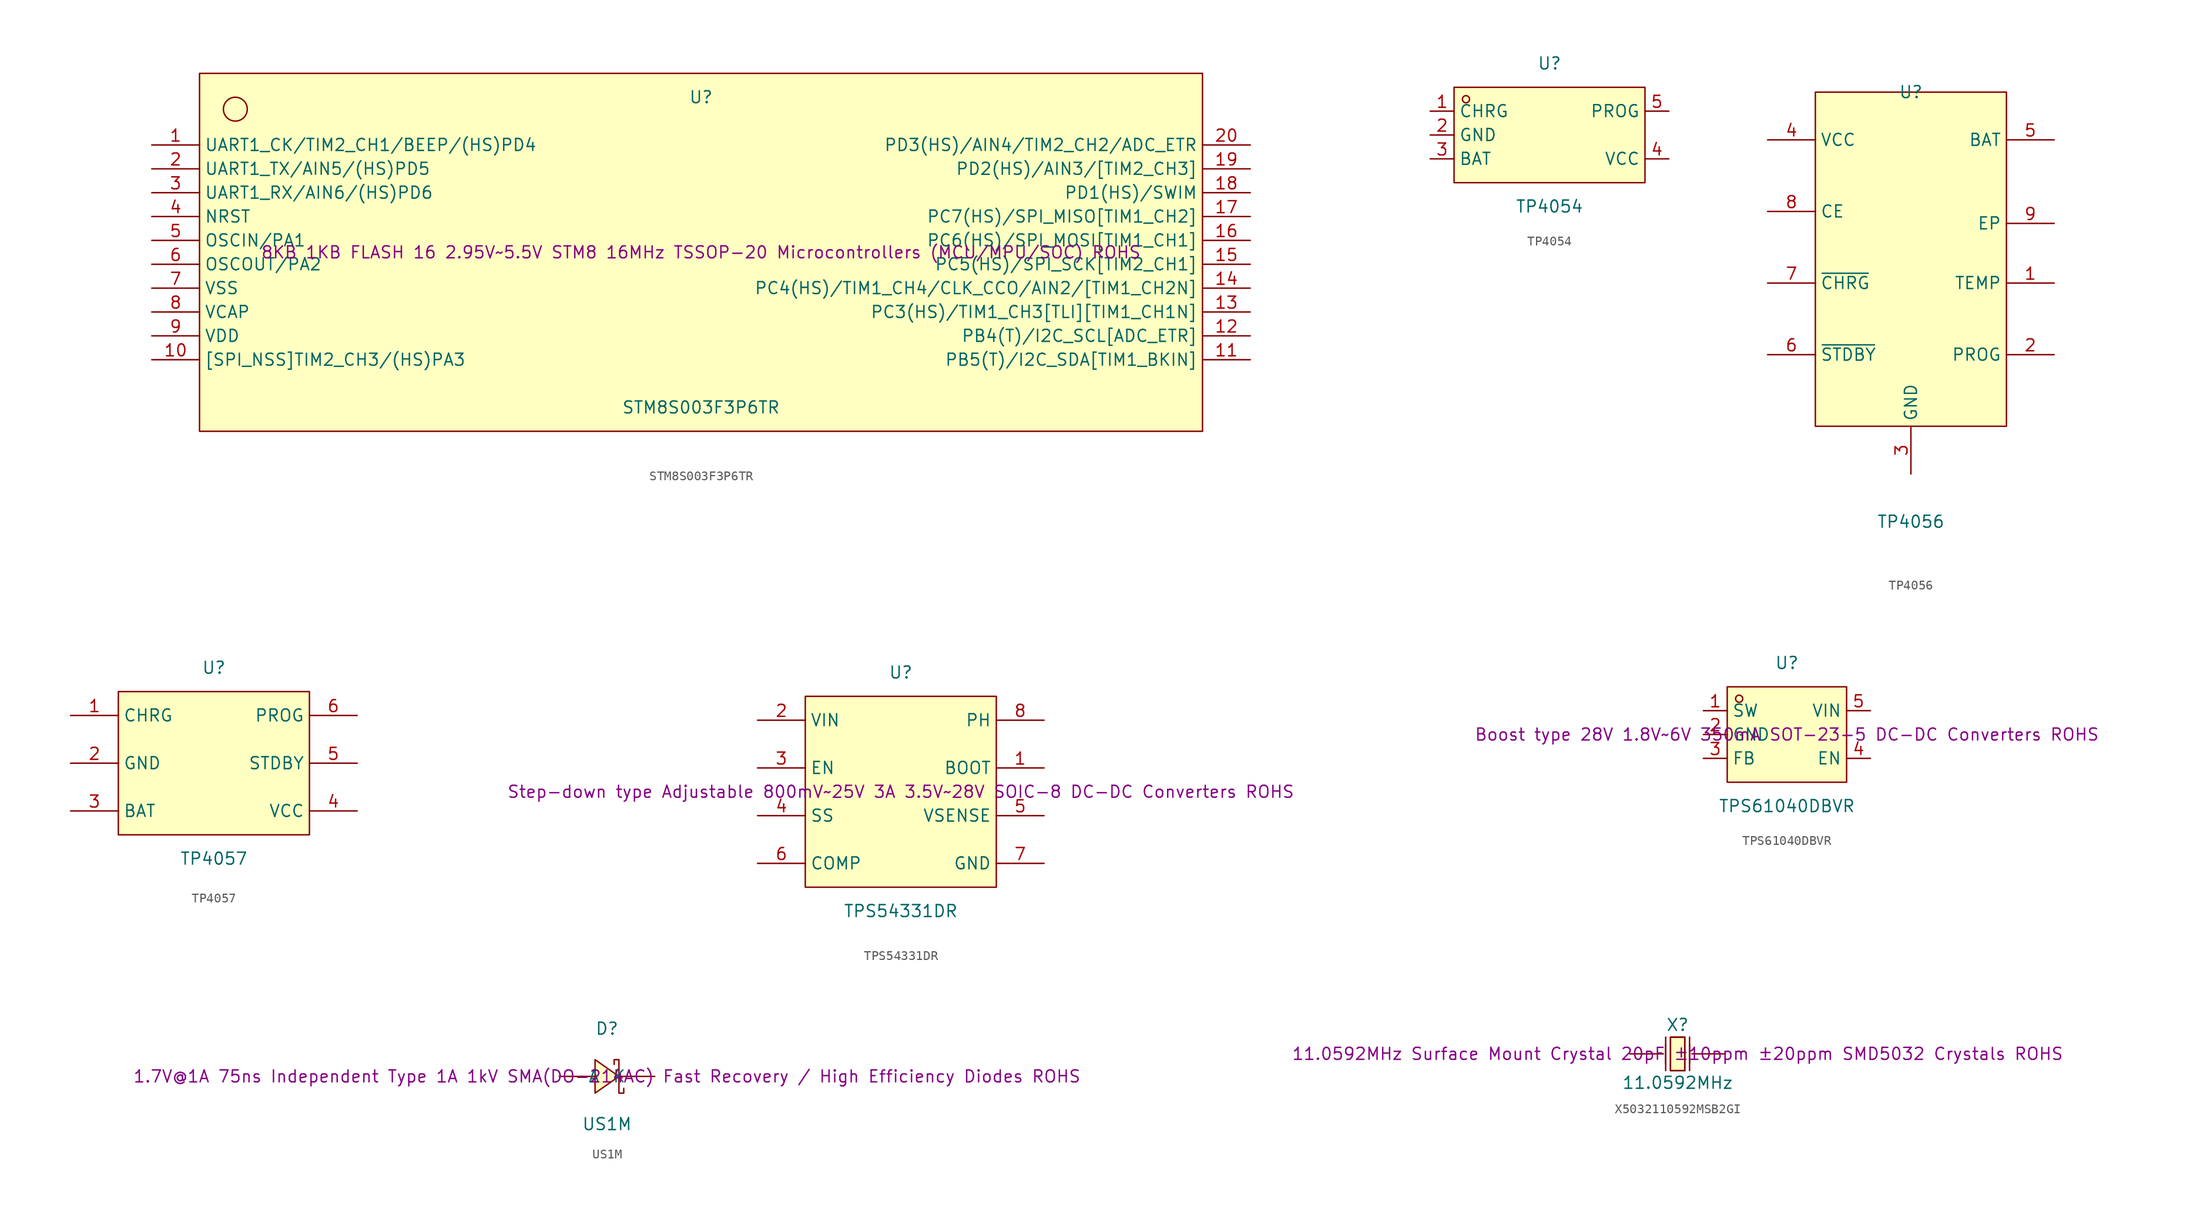
<source format=kicad_sym>
(kicad_symbol_lib
  (version 20241209)
  (generator "kicad_symbol_editor")
  (generator_version "9.0")
  (symbol "STM8S003F3P6TR"
    (property "Reference" "U"
      (at 0 16.51 0)
      (effects (font (size 1.27 1.27))))
    (property "Value" "STM8S003F3P6TR"
      (at 0 -16.51 0)
      (effects (font (size 1.27 1.27))))
    (property "Description" "8KB 1KB FLASH 16 2.95V~5.5V STM8 16MHz TSSOP-20 Microcontrollers (MCU/MPU/SOC) ROHS"
      (at 0 0 0)
      (effects (font (size 1.27 1.27))))
    (symbol "STM8S003F3P6TR_0_1"
      (rectangle (start -53.34 19.05) (end 53.34 -19.05) (stroke (width 0) (type default)) (fill (type background)))
      (circle (center -49.53 15.24) (radius 1.27) (stroke (width 0) (type default)) (fill (type none)))
      (pin unspecified line (at -58.42 11.43 0) (length 5.08) (name "UART1_CK/TIM2_CH1/BEEP/(HS)PD4" (effects (font (size 1.27 1.27)))) (number "1" (effects (font (size 1.27 1.27)))))
      (pin unspecified line (at -58.42 8.89 0) (length 5.08) (name "UART1_TX/AIN5/(HS)PD5" (effects (font (size 1.27 1.27)))) (number "2" (effects (font (size 1.27 1.27)))))
      (pin unspecified line (at -58.42 6.35 0) (length 5.08) (name "UART1_RX/AIN6/(HS)PD6" (effects (font (size 1.27 1.27)))) (number "3" (effects (font (size 1.27 1.27)))))
      (pin unspecified line (at -58.42 3.81 0) (length 5.08) (name "NRST" (effects (font (size 1.27 1.27)))) (number "4" (effects (font (size 1.27 1.27)))))
      (pin unspecified line (at -58.42 1.27 0) (length 5.08) (name "OSCIN/PA1" (effects (font (size 1.27 1.27)))) (number "5" (effects (font (size 1.27 1.27)))))
      (pin unspecified line (at -58.42 -1.27 0) (length 5.08) (name "OSCOUT/PA2" (effects (font (size 1.27 1.27)))) (number "6" (effects (font (size 1.27 1.27)))))
      (pin unspecified line (at -58.42 -3.81 0) (length 5.08) (name "VSS" (effects (font (size 1.27 1.27)))) (number "7" (effects (font (size 1.27 1.27)))))
      (pin unspecified line (at -58.42 -6.35 0) (length 5.08) (name "VCAP" (effects (font (size 1.27 1.27)))) (number "8" (effects (font (size 1.27 1.27)))))
      (pin unspecified line (at -58.42 -8.89 0) (length 5.08) (name "VDD" (effects (font (size 1.27 1.27)))) (number "9" (effects (font (size 1.27 1.27)))))
      (pin unspecified line (at -58.42 -11.43 0) (length 5.08) (name "[SPI_NSS]TIM2_CH3/(HS)PA3" (effects (font (size 1.27 1.27)))) (number "10" (effects (font (size 1.27 1.27)))))
      (pin unspecified line (at 58.42 11.43 180) (length 5.08) (name "PD3(HS)/AIN4/TIM2_CH2/ADC_ETR" (effects (font (size 1.27 1.27)))) (number "20" (effects (font (size 1.27 1.27)))))
      (pin unspecified line (at 58.42 8.89 180) (length 5.08) (name "PD2(HS)/AIN3/[TIM2_CH3]" (effects (font (size 1.27 1.27)))) (number "19" (effects (font (size 1.27 1.27)))))
      (pin unspecified line (at 58.42 6.35 180) (length 5.08) (name "PD1(HS)/SWIM" (effects (font (size 1.27 1.27)))) (number "18" (effects (font (size 1.27 1.27)))))
      (pin unspecified line (at 58.42 3.81 180) (length 5.08) (name "PC7(HS)/SPI_MISO[TIM1_CH2]" (effects (font (size 1.27 1.27)))) (number "17" (effects (font (size 1.27 1.27)))))
      (pin unspecified line (at 58.42 1.27 180) (length 5.08) (name "PC6(HS)/SPI_MOSI[TIM1_CH1]" (effects (font (size 1.27 1.27)))) (number "16" (effects (font (size 1.27 1.27)))))
      (pin unspecified line (at 58.42 -1.27 180) (length 5.08) (name "PC5(HS)/SPI_SCK[TIM2_CH1]" (effects (font (size 1.27 1.27)))) (number "15" (effects (font (size 1.27 1.27)))))
      (pin unspecified line (at 58.42 -3.81 180) (length 5.08) (name "PC4(HS)/TIM1_CH4/CLK_CCO/AIN2/[TIM1_CH2N]" (effects (font (size 1.27 1.27)))) (number "14" (effects (font (size 1.27 1.27)))))
      (pin unspecified line (at 58.42 -6.35 180) (length 5.08) (name "PC3(HS)/TIM1_CH3[TLI][TIM1_CH1N]" (effects (font (size 1.27 1.27)))) (number "13" (effects (font (size 1.27 1.27)))))
      (pin unspecified line (at 58.42 -8.89 180) (length 5.08) (name "PB4(T)/I2C_SCL[ADC_ETR]" (effects (font (size 1.27 1.27)))) (number "12" (effects (font (size 1.27 1.27)))))
      (pin unspecified line (at 58.42 -11.43 180) (length 5.08) (name "PB5(T)/I2C_SDA[TIM1_BKIN]" (effects (font (size 1.27 1.27)))) (number "11" (effects (font (size 1.27 1.27)))))))
  (symbol "TP4054"
    (property "Reference" "U"
      (at 0 7.62 0)
      (effects (font (size 1.27 1.27))))
    (property "Value" "TP4054"
      (at 0 -7.62 0)
      (effects (font (size 1.27 1.27))))
    (symbol "TP4054_0_1"
      (rectangle (start -10.16 5.08) (end 10.16 -5.08) (stroke (width 0) (type default)) (fill (type background)))
      (circle (center -8.89 3.81) (radius 0.38) (stroke (width 0) (type default)) (fill (type none)))
      (pin unspecified line (at -12.7 2.54 0) (length 2.54) (name "CHRG" (effects (font (size 1.27 1.27)))) (number "1" (effects (font (size 1.27 1.27)))))
      (pin unspecified line (at -12.7 0 0) (length 2.54) (name "GND" (effects (font (size 1.27 1.27)))) (number "2" (effects (font (size 1.27 1.27)))))
      (pin unspecified line (at -12.7 -2.54 0) (length 2.54) (name "BAT" (effects (font (size 1.27 1.27)))) (number "3" (effects (font (size 1.27 1.27)))))
      (pin unspecified line (at 12.7 2.54 180) (length 2.54) (name "PROG" (effects (font (size 1.27 1.27)))) (number "5" (effects (font (size 1.27 1.27)))))
      (pin unspecified line (at 12.7 -2.54 180) (length 2.54) (name "VCC" (effects (font (size 1.27 1.27)))) (number "4" (effects (font (size 1.27 1.27)))))))
  (symbol "TP4056"
    (property "Reference" "U"
      (at 0 20.32 0)
      (effects (font (size 1.27 1.27))))
    (property "Value" "TP4056"
      (at 0 -25.4 0)
      (effects (font (size 1.27 1.27))))
    (symbol "TP4056_0_1"
      (rectangle (start -10.16 20.32) (end 10.16 -15.24) (stroke (width 0) (type default)) (fill (type background)))
      (pin unspecified line (at -15.24 15.24 0) (length 5.08) (name "VCC" (effects (font (size 1.27 1.27)))) (number "4" (effects (font (size 1.27 1.27)))))
      (pin unspecified line (at -15.24 7.62 0) (length 5.08) (name "CE" (effects (font (size 1.27 1.27)))) (number "8" (effects (font (size 1.27 1.27)))))
      (pin unspecified line (at -15.24 0 0) (length 5.08) (name "~{CHRG}" (effects (font (size 1.27 1.27)))) (number "7" (effects (font (size 1.27 1.27)))))
      (pin unspecified line (at -15.24 -7.62 0) (length 5.08) (name "~{STDBY}" (effects (font (size 1.27 1.27)))) (number "6" (effects (font (size 1.27 1.27)))))
      (pin unspecified line (at 0 -20.32 90) (length 5.08) (name "GND" (effects (font (size 1.27 1.27)))) (number "3" (effects (font (size 1.27 1.27)))))
      (pin unspecified line (at 15.24 15.24 180) (length 5.08) (name "BAT" (effects (font (size 1.27 1.27)))) (number "5" (effects (font (size 1.27 1.27)))))
      (pin unspecified line (at 15.24 6.35 180) (length 5.08) (name "EP" (effects (font (size 1.27 1.27)))) (number "9" (effects (font (size 1.27 1.27)))))
      (pin unspecified line (at 15.24 0 180) (length 5.08) (name "TEMP" (effects (font (size 1.27 1.27)))) (number "1" (effects (font (size 1.27 1.27)))))
      (pin unspecified line (at 15.24 -7.62 180) (length 5.08) (name "PROG" (effects (font (size 1.27 1.27)))) (number "2" (effects (font (size 1.27 1.27)))))))
  (symbol "TP4057"
    (property "Reference" "U"
      (at 0 10.16 0)
      (effects (font (size 1.27 1.27))))
    (property "Value" "TP4057"
      (at 0 -10.16 0)
      (effects (font (size 1.27 1.27))))
    (symbol "TP4057_0_1"
      (rectangle (start -10.16 7.62) (end 10.16 -7.62) (stroke (width 0) (type default)) (fill (type background)))
      (pin unspecified line (at -15.24 5.08 0) (length 5.08) (name "CHRG" (effects (font (size 1.27 1.27)))) (number "1" (effects (font (size 1.27 1.27)))))
      (pin unspecified line (at -15.24 0 0) (length 5.08) (name "GND" (effects (font (size 1.27 1.27)))) (number "2" (effects (font (size 1.27 1.27)))))
      (pin unspecified line (at -15.24 -5.08 0) (length 5.08) (name "BAT" (effects (font (size 1.27 1.27)))) (number "3" (effects (font (size 1.27 1.27)))))
      (pin unspecified line (at 15.24 5.08 180) (length 5.08) (name "PROG" (effects (font (size 1.27 1.27)))) (number "6" (effects (font (size 1.27 1.27)))))
      (pin unspecified line (at 15.24 0 180) (length 5.08) (name "STDBY" (effects (font (size 1.27 1.27)))) (number "5" (effects (font (size 1.27 1.27)))))
      (pin unspecified line (at 15.24 -5.08 180) (length 5.08) (name "VCC" (effects (font (size 1.27 1.27)))) (number "4" (effects (font (size 1.27 1.27)))))))
  (symbol "TPS54331DR"
    (property "Reference" "U"
      (at 0 12.7 0)
      (effects (font (size 1.27 1.27))))
    (property "Value" "TPS54331DR"
      (at 0 -12.7 0)
      (effects (font (size 1.27 1.27))))
    (property "Description" "Step-down type Adjustable 800mV~25V 3A 3.5V~28V SOIC-8 DC-DC Converters ROHS"
      (at 0 0 0)
      (effects (font (size 1.27 1.27))))
    (symbol "TPS54331DR_0_1"
      (rectangle (start -10.16 10.16) (end 10.16 -10.16) (stroke (width 0) (type default)) (fill (type background)))
      (pin power_in line (at -15.24 7.62 0) (length 5.08) (name "VIN" (effects (font (size 1.27 1.27)))) (number "2" (effects (font (size 1.27 1.27)))))
      (pin unspecified line (at -15.24 2.54 0) (length 5.08) (name "EN" (effects (font (size 1.27 1.27)))) (number "3" (effects (font (size 1.27 1.27)))))
      (pin unspecified line (at -15.24 -2.54 0) (length 5.08) (name "SS" (effects (font (size 1.27 1.27)))) (number "4" (effects (font (size 1.27 1.27)))))
      (pin unspecified line (at -15.24 -7.62 0) (length 5.08) (name "COMP" (effects (font (size 1.27 1.27)))) (number "6" (effects (font (size 1.27 1.27)))))
      (pin power_in line (at 15.24 7.62 180) (length 5.08) (name "PH" (effects (font (size 1.27 1.27)))) (number "8" (effects (font (size 1.27 1.27)))))
      (pin unspecified line (at 15.24 2.54 180) (length 5.08) (name "BOOT" (effects (font (size 1.27 1.27)))) (number "1" (effects (font (size 1.27 1.27)))))
      (pin unspecified line (at 15.24 -2.54 180) (length 5.08) (name "VSENSE" (effects (font (size 1.27 1.27)))) (number "5" (effects (font (size 1.27 1.27)))))
      (pin power_in line (at 15.24 -7.62 180) (length 5.08) (name "GND" (effects (font (size 1.27 1.27)))) (number "7" (effects (font (size 1.27 1.27)))))))
  (symbol "TPS61040DBVR"
    (property "Reference" "U"
      (at 0 7.62 0)
      (effects (font (size 1.27 1.27))))
    (property "Value" "TPS61040DBVR"
      (at 0 -7.62 0)
      (effects (font (size 1.27 1.27))))
    (property "Description" "Boost type 28V 1.8V~6V 350mA SOT-23-5 DC-DC Converters ROHS"
      (at 0 0 0)
      (effects (font (size 1.27 1.27))))
    (symbol "TPS61040DBVR_0_1"
      (rectangle (start -6.35 5.08) (end 6.35 -5.08) (stroke (width 0) (type default)) (fill (type background)))
      (circle (center -5.08 3.81) (radius 0.38) (stroke (width 0) (type default)) (fill (type none)))
      (pin unspecified line (at -8.89 2.54 0) (length 2.54) (name "SW" (effects (font (size 1.27 1.27)))) (number "1" (effects (font (size 1.27 1.27)))))
      (pin unspecified line (at -8.89 0 0) (length 2.54) (name "GND" (effects (font (size 1.27 1.27)))) (number "2" (effects (font (size 1.27 1.27)))))
      (pin unspecified line (at -8.89 -2.54 0) (length 2.54) (name "FB" (effects (font (size 1.27 1.27)))) (number "3" (effects (font (size 1.27 1.27)))))
      (pin unspecified line (at 8.89 2.54 180) (length 2.54) (name "VIN" (effects (font (size 1.27 1.27)))) (number "5" (effects (font (size 1.27 1.27)))))
      (pin unspecified line (at 8.89 -2.54 180) (length 2.54) (name "EN" (effects (font (size 1.27 1.27)))) (number "4" (effects (font (size 1.27 1.27)))))))
  (symbol "US1M"
    (pin_numbers
      (hide yes))
    (property "Reference" "D"
      (at 0 5.08 0)
      (effects (font (size 1.27 1.27))))
    (property "Value" "US1M"
      (at 0 -5.08 0)
      (effects (font (size 1.27 1.27))))
    (property "Description" "1.7V@1A 75ns Independent Type 1A 1kV SMA(DO-214AC) Fast Recovery / High Efficiency Diodes ROHS"
      (at 0 0 0)
      (effects (font (size 1.27 1.27))))
    (symbol "US1M_0_1"
      (polyline (pts (xy -2.54 0) (xy -1.27 0)) (stroke (width 0) (type default)) (fill (type none)))
      (polyline (pts (xy -1.27 -1.78) (xy 1.27 0) (xy -1.27 1.78) (xy -1.27 -1.78)) (stroke (width 0) (type default)) (fill (type background)))
      (polyline (pts (xy 1.27 0) (xy 2.54 0)) (stroke (width 0) (type default)) (fill (type none)))
      (polyline (pts (xy 1.78 -1.27) (xy 1.78 -1.78) (xy 1.27 -1.78) (xy 1.27 1.78) (xy 0.76 1.78) (xy 0.76 1.27)) (stroke (width 0) (type default)) (fill (type none)))
      (pin unspecified line (at -5.08 0 0) (length 2.54) (name "A" (effects (font (size 1.27 1.27)))) (number "1" (effects (font (size 1.27 1.27)))))
      (pin unspecified line (at 5.08 0 180) (length 2.54) (name "K" (effects (font (size 1.27 1.27)))) (number "2" (effects (font (size 1.27 1.27)))))))
  (symbol "X5032110592MSB2GI"
    (pin_numbers
      (hide yes))
    (pin_names
      (hide yes))
    (property "Reference" "X"
      (at 0 3.08 0)
      (effects (font (size 1.27 1.27))))
    (property "Value" "11.0592MHz"
      (at 0 -3.08 0)
      (effects (font (size 1.27 1.27))))
    (property "Description" "11.0592MHz Surface Mount Crystal 20pF ±10ppm ±20ppm SMD5032 Crystals ROHS"
      (at 0 0 0)
      (effects (font (size 1.27 1.27))))
    (symbol "X5032110592MSB2GI_0_1"
      (polyline (pts (xy -2.54 0) (xy -1.52 0)) (stroke (width 0) (type default)) (fill (type none)))
      (polyline (pts (xy -1.27 -1.02) (xy -1.27 1.02)) (stroke (width 0) (type default)) (fill (type none)))
      (polyline (pts (xy -1.27 -1.78) (xy -1.27 1.78)) (stroke (width 0) (type default)) (fill (type none)))
      (polyline (pts (xy -0.76 -1.78) (xy -0.76 1.78) (xy 0.76 1.78) (xy 0.76 -1.78)) (stroke (width 0) (type default)) (fill (type none)))
      (polyline (pts (xy 0.76 1.78) (xy 0.76 -1.78) (xy -0.76 -1.78) (xy -0.76 1.78) (xy 0.76 1.78)) (stroke (width 0) (type default)) (fill (type background)))
      (polyline (pts (xy 0.76 -1.78) (xy -0.76 -1.78)) (stroke (width 0) (type default)) (fill (type none)))
      (polyline (pts (xy 1.27 -1.02) (xy 1.27 1.02)) (stroke (width 0) (type default)) (fill (type none)))
      (polyline (pts (xy 1.27 -1.78) (xy 1.27 1.78)) (stroke (width 0) (type default)) (fill (type none)))
      (polyline (pts (xy 2.54 0) (xy 1.52 0)) (stroke (width 0) (type default)) (fill (type none)))
      (pin input line (at -5.08 0 0) (length 2.54) (name "OSC1" (effects (font (size 1.27 1.27)))) (number "1" (effects (font (size 1.27 1.27)))))
      (pin input line (at 5.08 0 180) (length 2.54) (name "OSC2" (effects (font (size 1.27 1.27)))) (number "2" (effects (font (size 1.27 1.27))))))))
</source>
